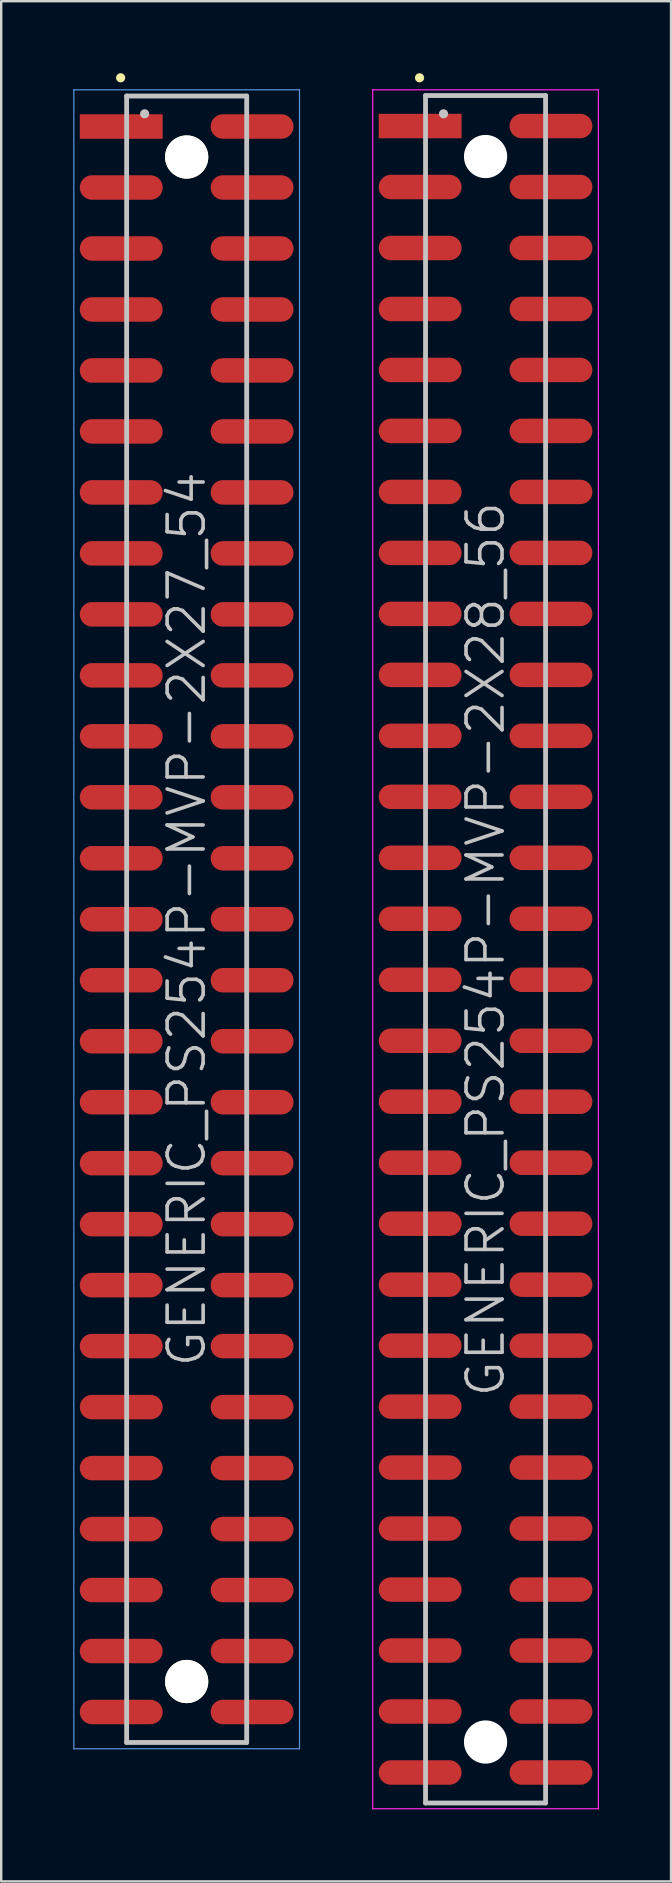
<source format=kicad_pcb>
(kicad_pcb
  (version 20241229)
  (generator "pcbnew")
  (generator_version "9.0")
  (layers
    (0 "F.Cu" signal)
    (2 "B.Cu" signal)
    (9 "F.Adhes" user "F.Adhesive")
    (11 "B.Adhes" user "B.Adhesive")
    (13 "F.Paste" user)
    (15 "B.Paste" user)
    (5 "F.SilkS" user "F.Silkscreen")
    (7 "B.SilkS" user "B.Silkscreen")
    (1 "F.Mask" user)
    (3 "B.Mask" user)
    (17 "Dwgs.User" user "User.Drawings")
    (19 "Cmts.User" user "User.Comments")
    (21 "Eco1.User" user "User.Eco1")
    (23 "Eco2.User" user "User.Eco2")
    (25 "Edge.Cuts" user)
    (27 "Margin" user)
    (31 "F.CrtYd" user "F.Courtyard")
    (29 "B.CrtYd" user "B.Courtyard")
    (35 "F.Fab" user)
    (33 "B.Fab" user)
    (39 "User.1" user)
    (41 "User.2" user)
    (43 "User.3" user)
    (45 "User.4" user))
  (footprint "GENERIC_PS254P-MVP-2X27_54"
    (layer "F.Cu")
    (at 4.725 35.24)
    (property "Reference" "GENERIC_PS254P-MVP-2X27_54" (at 0 0 90) (layer "Dwgs.User") (effects (font (size 1.5 1.5) (thickness 0.15))))
    (attr smd)
    (fp_line (start -2.75 -35.05) (end -2.75 -35.05) (stroke (width 0.381) (type solid)) (layer "F.SilkS"))
    (fp_line (start -2.5 -34.29) (end -2.5 34.29) (stroke (width 0.2) (type solid)) (layer "Dwgs.User"))
    (fp_line (start -2.5 -34.29) (end 2.5 -34.29) (stroke (width 0.2) (type solid)) (layer "Dwgs.User"))
    (fp_line (start -2.5 34.29) (end 2.5 34.29) (stroke (width 0.2) (type solid)) (layer "Dwgs.User"))
    (fp_line (start -1.75 -33.55) (end -1.75 -33.55) (stroke (width 0.381) (type solid)) (layer "Dwgs.User"))
    (fp_line (start 2.5 -34.29) (end 2.5 34.29) (stroke (width 0.2) (type solid)) (layer "Dwgs.User"))
    (fp_line (start -4.7 -34.55) (end -4.7 34.55) (stroke (width 0.05) (type solid)) (layer "Cmts.User"))
    (fp_line (start -4.7 -34.55) (end 4.7 -34.55) (stroke (width 0.05) (type solid)) (layer "Cmts.User"))
    (fp_line (start -4.7 34.55) (end 4.7 34.55) (stroke (width 0.05) (type solid)) (layer "Cmts.User"))
    (fp_line (start 4.7 -34.55) (end 4.7 34.55) (stroke (width 0.05) (type solid)) (layer "Cmts.User"))
    (pad "" np_thru_hole circle (at 0 -31.75 270) (size 1.8 1.8) (drill 1.8) (layers "*.Cu" "*.Mask" "F.SilkS"))
    (pad "" np_thru_hole circle (at 0 31.75 270) (size 1.8 1.8) (drill 1.8) (layers "*.Cu" "*.Mask" "F.SilkS"))
    (pad "1" smd rect (at -2.725 -33.02 270) (size 1.02 3.45) (layers "F.Cu" "F.Mask" "F.Paste"))
    (pad "2" smd oval (at 2.725 -33.02 270) (size 1.02 3.45) (layers "F.Cu" "F.Mask" "F.Paste"))
    (pad "3" smd oval (at -2.725 -30.48 270) (size 1.02 3.45) (layers "F.Cu" "F.Mask" "F.Paste"))
    (pad "4" smd oval (at 2.725 -30.48 270) (size 1.02 3.45) (layers "F.Cu" "F.Mask" "F.Paste"))
    (pad "5" smd oval (at -2.725 -27.94 270) (size 1.02 3.45) (layers "F.Cu" "F.Mask" "F.Paste"))
    (pad "6" smd oval (at 2.725 -27.94 270) (size 1.02 3.45) (layers "F.Cu" "F.Mask" "F.Paste"))
    (pad "7" smd oval (at -2.725 -25.4 270) (size 1.02 3.45) (layers "F.Cu" "F.Mask" "F.Paste"))
    (pad "8" smd oval (at 2.725 -25.4 270) (size 1.02 3.45) (layers "F.Cu" "F.Mask" "F.Paste"))
    (pad "9" smd oval (at -2.725 -22.86 270) (size 1.02 3.45) (layers "F.Cu" "F.Mask" "F.Paste"))
    (pad "10" smd oval (at 2.725 -22.86 270) (size 1.02 3.45) (layers "F.Cu" "F.Mask" "F.Paste"))
    (pad "11" smd oval (at -2.725 -20.32 270) (size 1.02 3.45) (layers "F.Cu" "F.Mask" "F.Paste"))
    (pad "12" smd oval (at 2.725 -20.32 270) (size 1.02 3.45) (layers "F.Cu" "F.Mask" "F.Paste"))
    (pad "13" smd oval (at -2.725 -17.78 270) (size 1.02 3.45) (layers "F.Cu" "F.Mask" "F.Paste"))
    (pad "14" smd oval (at 2.725 -17.78 270) (size 1.02 3.45) (layers "F.Cu" "F.Mask" "F.Paste"))
    (pad "15" smd oval (at -2.725 -15.24 270) (size 1.02 3.45) (layers "F.Cu" "F.Mask" "F.Paste"))
    (pad "16" smd oval (at 2.725 -15.24 270) (size 1.02 3.45) (layers "F.Cu" "F.Mask" "F.Paste"))
    (pad "17" smd oval (at -2.725 -12.7 270) (size 1.02 3.45) (layers "F.Cu" "F.Mask" "F.Paste"))
    (pad "18" smd oval (at 2.725 -12.7 270) (size 1.02 3.45) (layers "F.Cu" "F.Mask" "F.Paste"))
    (pad "19" smd oval (at -2.725 -10.16 270) (size 1.02 3.45) (layers "F.Cu" "F.Mask" "F.Paste"))
    (pad "20" smd oval (at 2.725 -10.16 270) (size 1.02 3.45) (layers "F.Cu" "F.Mask" "F.Paste"))
    (pad "21" smd oval (at -2.725 -7.62 270) (size 1.02 3.45) (layers "F.Cu" "F.Mask" "F.Paste"))
    (pad "22" smd oval (at 2.725 -7.62 270) (size 1.02 3.45) (layers "F.Cu" "F.Mask" "F.Paste"))
    (pad "23" smd oval (at -2.725 -5.08 270) (size 1.02 3.45) (layers "F.Cu" "F.Mask" "F.Paste"))
    (pad "24" smd oval (at 2.725 -5.08 270) (size 1.02 3.45) (layers "F.Cu" "F.Mask" "F.Paste"))
    (pad "25" smd oval (at -2.725 -2.54 270) (size 1.02 3.45) (layers "F.Cu" "F.Mask" "F.Paste"))
    (pad "26" smd oval (at 2.725 -2.54 270) (size 1.02 3.45) (layers "F.Cu" "F.Mask" "F.Paste"))
    (pad "27" smd oval (at -2.725 0 270) (size 1.02 3.45) (layers "F.Cu" "F.Mask" "F.Paste"))
    (pad "28" smd oval (at 2.725 0 270) (size 1.02 3.45) (layers "F.Cu" "F.Mask" "F.Paste"))
    (pad "29" smd oval (at -2.725 2.54 270) (size 1.02 3.45) (layers "F.Cu" "F.Mask" "F.Paste"))
    (pad "30" smd oval (at 2.725 2.54 270) (size 1.02 3.45) (layers "F.Cu" "F.Mask" "F.Paste"))
    (pad "31" smd oval (at -2.725 5.08 270) (size 1.02 3.45) (layers "F.Cu" "F.Mask" "F.Paste"))
    (pad "32" smd oval (at 2.725 5.08 270) (size 1.02 3.45) (layers "F.Cu" "F.Mask" "F.Paste"))
    (pad "33" smd oval (at -2.725 7.62 270) (size 1.02 3.45) (layers "F.Cu" "F.Mask" "F.Paste"))
    (pad "34" smd oval (at 2.725 7.62 270) (size 1.02 3.45) (layers "F.Cu" "F.Mask" "F.Paste"))
    (pad "35" smd oval (at -2.725 10.16 270) (size 1.02 3.45) (layers "F.Cu" "F.Mask" "F.Paste"))
    (pad "36" smd oval (at 2.725 10.16 270) (size 1.02 3.45) (layers "F.Cu" "F.Mask" "F.Paste"))
    (pad "37" smd oval (at -2.725 12.7 270) (size 1.02 3.45) (layers "F.Cu" "F.Mask" "F.Paste"))
    (pad "38" smd oval (at 2.725 12.7 270) (size 1.02 3.45) (layers "F.Cu" "F.Mask" "F.Paste"))
    (pad "39" smd oval (at -2.725 15.24 270) (size 1.02 3.45) (layers "F.Cu" "F.Mask" "F.Paste"))
    (pad "40" smd oval (at 2.725 15.24 270) (size 1.02 3.45) (layers "F.Cu" "F.Mask" "F.Paste"))
    (pad "41" smd oval (at -2.725 17.78 270) (size 1.02 3.45) (layers "F.Cu" "F.Mask" "F.Paste"))
    (pad "42" smd oval (at 2.725 17.78 270) (size 1.02 3.45) (layers "F.Cu" "F.Mask" "F.Paste"))
    (pad "43" smd oval (at -2.725 20.32 270) (size 1.02 3.45) (layers "F.Cu" "F.Mask" "F.Paste"))
    (pad "44" smd oval (at 2.725 20.32 270) (size 1.02 3.45) (layers "F.Cu" "F.Mask" "F.Paste"))
    (pad "45" smd oval (at -2.725 22.86 270) (size 1.02 3.45) (layers "F.Cu" "F.Mask" "F.Paste"))
    (pad "46" smd oval (at 2.725 22.86 270) (size 1.02 3.45) (layers "F.Cu" "F.Mask" "F.Paste"))
    (pad "47" smd oval (at -2.725 25.4 270) (size 1.02 3.45) (layers "F.Cu" "F.Mask" "F.Paste"))
    (pad "48" smd oval (at 2.725 25.4 270) (size 1.02 3.45) (layers "F.Cu" "F.Mask" "F.Paste"))
    (pad "49" smd oval (at -2.725 27.94 270) (size 1.02 3.45) (layers "F.Cu" "F.Mask" "F.Paste"))
    (pad "50" smd oval (at 2.725 27.94 270) (size 1.02 3.45) (layers "F.Cu" "F.Mask" "F.Paste"))
    (pad "51" smd oval (at -2.725 30.48 270) (size 1.02 3.45) (layers "F.Cu" "F.Mask" "F.Paste"))
    (pad "52" smd oval (at 2.725 30.48 270) (size 1.02 3.45) (layers "F.Cu" "F.Mask" "F.Paste"))
    (pad "53" smd oval (at -2.725 33.02 270) (size 1.02 3.45) (layers "F.Cu" "F.Mask" "F.Paste"))
    (pad "54" smd oval (at 2.725 33.02 270) (size 1.02 3.45) (layers "F.Cu" "F.Mask" "F.Paste")))
  (footprint "GENERIC_PS254P-MVP-2X28_56"
    (layer "F.Cu")
    (at 17.175 36.49)
    (property "Reference" "GENERIC_PS254P-MVP-2X28_56" (at 0 0 90) (layer "Dwgs.User") (effects (font (size 1.5 1.5) (thickness 0.15))))
    (attr smd)
    (fp_line (start -2.75 -36.3) (end -2.75 -36.3) (stroke (width 0.381) (type solid)) (layer "F.SilkS"))
    (fp_line (start -2.5 -35.56) (end -2.5 35.56) (stroke (width 0.2) (type solid)) (layer "Dwgs.User"))
    (fp_line (start -2.5 -35.56) (end 2.5 -35.56) (stroke (width 0.2) (type solid)) (layer "Dwgs.User"))
    (fp_line (start -2.5 35.56) (end 2.5 35.56) (stroke (width 0.2) (type solid)) (layer "Dwgs.User"))
    (fp_line (start -1.75 -34.8) (end -1.75 -34.8) (stroke (width 0.381) (type solid)) (layer "Dwgs.User"))
    (fp_line (start 2.5 -35.56) (end 2.5 35.56) (stroke (width 0.2) (type solid)) (layer "Dwgs.User"))
    (fp_line (start -4.7 -35.8) (end -4.7 35.8) (stroke (width 0.05) (type solid)) (layer "F.CrtYd"))
    (fp_line (start -4.7 -35.8) (end 4.7 -35.8) (stroke (width 0.05) (type solid)) (layer "F.CrtYd"))
    (fp_line (start -4.7 35.8) (end 4.7 35.8) (stroke (width 0.05) (type solid)) (layer "F.CrtYd"))
    (fp_line (start 4.7 -35.8) (end 4.7 35.8) (stroke (width 0.05) (type solid)) (layer "F.CrtYd"))
    (pad "" np_thru_hole circle (at 0 -33.02 270) (size 1.8 1.8) (drill 1.8) (layers "*.Cu" "*.Mask"))
    (pad "" np_thru_hole circle (at 0 33.02 270) (size 1.8 1.8) (drill 1.8) (layers "*.Cu" "*.Mask"))
    (pad "1" smd rect (at -2.725 -34.29 270) (size 1.02 3.45) (layers "F.Cu" "F.Mask" "F.Paste"))
    (pad "2" smd oval (at 2.725 -34.29 270) (size 1.02 3.45) (layers "F.Cu" "F.Mask" "F.Paste"))
    (pad "3" smd oval (at -2.725 -31.75 270) (size 1.02 3.45) (layers "F.Cu" "F.Mask" "F.Paste"))
    (pad "4" smd oval (at 2.725 -31.75 270) (size 1.02 3.45) (layers "F.Cu" "F.Mask" "F.Paste"))
    (pad "5" smd oval (at -2.725 -29.21 270) (size 1.02 3.45) (layers "F.Cu" "F.Mask" "F.Paste"))
    (pad "6" smd oval (at 2.725 -29.21 270) (size 1.02 3.45) (layers "F.Cu" "F.Mask" "F.Paste"))
    (pad "7" smd oval (at -2.725 -26.67 270) (size 1.02 3.45) (layers "F.Cu" "F.Mask" "F.Paste"))
    (pad "8" smd oval (at 2.725 -26.67 270) (size 1.02 3.45) (layers "F.Cu" "F.Mask" "F.Paste"))
    (pad "9" smd oval (at -2.725 -24.13 270) (size 1.02 3.45) (layers "F.Cu" "F.Mask" "F.Paste"))
    (pad "10" smd oval (at 2.725 -24.13 270) (size 1.02 3.45) (layers "F.Cu" "F.Mask" "F.Paste"))
    (pad "11" smd oval (at -2.725 -21.59 270) (size 1.02 3.45) (layers "F.Cu" "F.Mask" "F.Paste"))
    (pad "12" smd oval (at 2.725 -21.59 270) (size 1.02 3.45) (layers "F.Cu" "F.Mask" "F.Paste"))
    (pad "13" smd oval (at -2.725 -19.05 270) (size 1.02 3.45) (layers "F.Cu" "F.Mask" "F.Paste"))
    (pad "14" smd oval (at 2.725 -19.05 270) (size 1.02 3.45) (layers "F.Cu" "F.Mask" "F.Paste"))
    (pad "15" smd oval (at -2.725 -16.51 270) (size 1.02 3.45) (layers "F.Cu" "F.Mask" "F.Paste"))
    (pad "16" smd oval (at 2.725 -16.51 270) (size 1.02 3.45) (layers "F.Cu" "F.Mask" "F.Paste"))
    (pad "17" smd oval (at -2.725 -13.97 270) (size 1.02 3.45) (layers "F.Cu" "F.Mask" "F.Paste"))
    (pad "18" smd oval (at 2.725 -13.97 270) (size 1.02 3.45) (layers "F.Cu" "F.Mask" "F.Paste"))
    (pad "19" smd oval (at -2.725 -11.43 270) (size 1.02 3.45) (layers "F.Cu" "F.Mask" "F.Paste"))
    (pad "20" smd oval (at 2.725 -11.43 270) (size 1.02 3.45) (layers "F.Cu" "F.Mask" "F.Paste"))
    (pad "21" smd oval (at -2.725 -8.89 270) (size 1.02 3.45) (layers "F.Cu" "F.Mask" "F.Paste"))
    (pad "22" smd oval (at 2.725 -8.89 270) (size 1.02 3.45) (layers "F.Cu" "F.Mask" "F.Paste"))
    (pad "23" smd oval (at -2.725 -6.35 270) (size 1.02 3.45) (layers "F.Cu" "F.Mask" "F.Paste"))
    (pad "24" smd oval (at 2.725 -6.35 270) (size 1.02 3.45) (layers "F.Cu" "F.Mask" "F.Paste"))
    (pad "25" smd oval (at -2.725 -3.81 270) (size 1.02 3.45) (layers "F.Cu" "F.Mask" "F.Paste"))
    (pad "26" smd oval (at 2.725 -3.81 270) (size 1.02 3.45) (layers "F.Cu" "F.Mask" "F.Paste"))
    (pad "27" smd oval (at -2.725 -1.27 270) (size 1.02 3.45) (layers "F.Cu" "F.Mask" "F.Paste"))
    (pad "28" smd oval (at 2.725 -1.27 270) (size 1.02 3.45) (layers "F.Cu" "F.Mask" "F.Paste"))
    (pad "29" smd oval (at -2.725 1.27 270) (size 1.02 3.45) (layers "F.Cu" "F.Mask" "F.Paste"))
    (pad "30" smd oval (at 2.725 1.27 270) (size 1.02 3.45) (layers "F.Cu" "F.Mask" "F.Paste"))
    (pad "31" smd oval (at -2.725 3.81 270) (size 1.02 3.45) (layers "F.Cu" "F.Mask" "F.Paste"))
    (pad "32" smd oval (at 2.725 3.81 270) (size 1.02 3.45) (layers "F.Cu" "F.Mask" "F.Paste"))
    (pad "33" smd oval (at -2.725 6.35 270) (size 1.02 3.45) (layers "F.Cu" "F.Mask" "F.Paste"))
    (pad "34" smd oval (at 2.725 6.35 270) (size 1.02 3.45) (layers "F.Cu" "F.Mask" "F.Paste"))
    (pad "35" smd oval (at -2.725 8.89 270) (size 1.02 3.45) (layers "F.Cu" "F.Mask" "F.Paste"))
    (pad "36" smd oval (at 2.725 8.89 270) (size 1.02 3.45) (layers "F.Cu" "F.Mask" "F.Paste"))
    (pad "37" smd oval (at -2.725 11.43 270) (size 1.02 3.45) (layers "F.Cu" "F.Mask" "F.Paste"))
    (pad "38" smd oval (at 2.725 11.43 270) (size 1.02 3.45) (layers "F.Cu" "F.Mask" "F.Paste"))
    (pad "39" smd oval (at -2.725 13.97 270) (size 1.02 3.45) (layers "F.Cu" "F.Mask" "F.Paste"))
    (pad "40" smd oval (at 2.725 13.97 270) (size 1.02 3.45) (layers "F.Cu" "F.Mask" "F.Paste"))
    (pad "41" smd oval (at -2.725 16.51 270) (size 1.02 3.45) (layers "F.Cu" "F.Mask" "F.Paste"))
    (pad "42" smd oval (at 2.725 16.51 270) (size 1.02 3.45) (layers "F.Cu" "F.Mask" "F.Paste"))
    (pad "43" smd oval (at -2.725 19.05 270) (size 1.02 3.45) (layers "F.Cu" "F.Mask" "F.Paste"))
    (pad "44" smd oval (at 2.725 19.05 270) (size 1.02 3.45) (layers "F.Cu" "F.Mask" "F.Paste"))
    (pad "45" smd oval (at -2.725 21.59 270) (size 1.02 3.45) (layers "F.Cu" "F.Mask" "F.Paste"))
    (pad "46" smd oval (at 2.725 21.59 270) (size 1.02 3.45) (layers "F.Cu" "F.Mask" "F.Paste"))
    (pad "47" smd oval (at -2.725 24.13 270) (size 1.02 3.45) (layers "F.Cu" "F.Mask" "F.Paste"))
    (pad "48" smd oval (at 2.725 24.13 270) (size 1.02 3.45) (layers "F.Cu" "F.Mask" "F.Paste"))
    (pad "49" smd oval (at -2.725 26.67 270) (size 1.02 3.45) (layers "F.Cu" "F.Mask" "F.Paste"))
    (pad "50" smd oval (at 2.725 26.67 270) (size 1.02 3.45) (layers "F.Cu" "F.Mask" "F.Paste"))
    (pad "51" smd oval (at -2.725 29.21 270) (size 1.02 3.45) (layers "F.Cu" "F.Mask" "F.Paste"))
    (pad "52" smd oval (at 2.725 29.21 270) (size 1.02 3.45) (layers "F.Cu" "F.Mask" "F.Paste"))
    (pad "53" smd oval (at -2.725 31.75 270) (size 1.02 3.45) (layers "F.Cu" "F.Mask" "F.Paste"))
    (pad "54" smd oval (at 2.725 31.75 270) (size 1.02 3.45) (layers "F.Cu" "F.Mask" "F.Paste"))
    (pad "55" smd oval (at -2.725 34.29 270) (size 1.02 3.45) (layers "F.Cu" "F.Mask" "F.Paste"))
    (pad "56" smd oval (at 2.725 34.29 270) (size 1.02 3.45) (layers "F.Cu" "F.Mask" "F.Paste")))
  (gr_rect
    (start -3 -3)
    (end 24.9 75.316)
    (stroke (width 0.1) (type default))
    (fill no)
    (layer "Edge.Cuts")))
</source>
